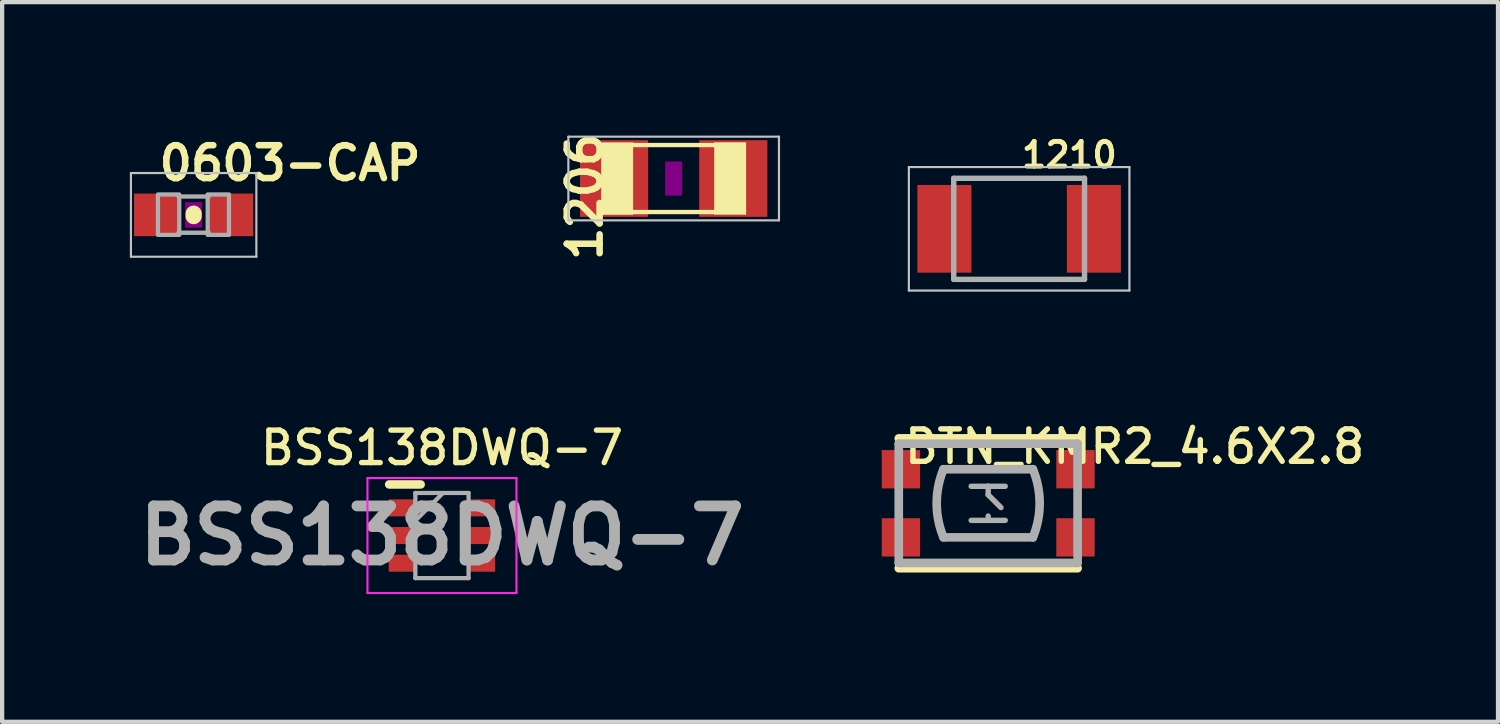
<source format=kicad_pcb>
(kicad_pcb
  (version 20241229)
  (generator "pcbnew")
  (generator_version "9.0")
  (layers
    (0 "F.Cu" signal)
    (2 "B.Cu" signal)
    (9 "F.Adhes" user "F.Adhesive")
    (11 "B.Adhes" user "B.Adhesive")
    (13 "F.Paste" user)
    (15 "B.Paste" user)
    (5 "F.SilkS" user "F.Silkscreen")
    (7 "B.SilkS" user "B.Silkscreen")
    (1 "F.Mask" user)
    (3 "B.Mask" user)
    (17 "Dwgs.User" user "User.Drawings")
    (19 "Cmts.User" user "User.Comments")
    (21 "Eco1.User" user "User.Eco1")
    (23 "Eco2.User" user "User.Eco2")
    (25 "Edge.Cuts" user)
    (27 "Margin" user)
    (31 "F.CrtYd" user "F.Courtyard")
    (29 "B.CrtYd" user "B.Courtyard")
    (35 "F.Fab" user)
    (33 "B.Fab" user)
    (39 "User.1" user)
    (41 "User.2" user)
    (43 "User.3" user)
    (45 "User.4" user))
  (footprint "0603-CAP"
    (layer "F.Cu")
    (at 1.498 1.997)
    (property "Reference" "0603-CAP" (at -0.889 -0.762 180) (layer "F.SilkS") (effects (font (size 0.772 0.772) (thickness 0.154)) (justify left bottom)))
    (attr through_hole)
    (fp_line (start 0 -0.028) (end 0 0.028) (stroke (width 0.381) (type solid)) (layer "F.SilkS"))
    (fp_poly (pts (xy -0.2 0.3) (xy 0.2 0.3) (xy 0.2 -0.3) (xy -0.2 -0.3)) (stroke (width 0) (type solid)) (fill yes) (layer "F.Adhes"))
    (fp_line (start -1.473 -0.983) (end 1.473 -0.983) (stroke (width 0.051) (type solid)) (layer "Dwgs.User"))
    (fp_line (start -1.473 0.983) (end -1.473 -0.983) (stroke (width 0.051) (type solid)) (layer "Dwgs.User"))
    (fp_line (start 1.473 -0.983) (end 1.473 0.983) (stroke (width 0.051) (type solid)) (layer "Dwgs.User"))
    (fp_line (start 1.473 0.983) (end -1.473 0.983) (stroke (width 0.051) (type solid)) (layer "Dwgs.User"))
    (fp_line (start -0.356 -0.432) (end 0.356 -0.432) (stroke (width 0.102) (type solid)) (layer "F.Fab"))
    (fp_line (start -0.356 0.419) (end 0.356 0.419) (stroke (width 0.102) (type solid)) (layer "F.Fab"))
    (fp_poly (pts (xy -0.838 0.47) (xy -0.338 0.47) (xy -0.338 -0.48) (xy -0.838 -0.48)) (stroke (width 0.1) (type solid)) (fill no) (layer "F.Fab"))
    (fp_poly (pts (xy 0.33 0.47) (xy 0.83 0.47) (xy 0.83 -0.48) (xy 0.33 -0.48)) (stroke (width 0.1) (type solid)) (fill no) (layer "F.Fab"))
    (pad "1" smd rect (at -0.85 0) (size 1.1 1) (layers "F.Cu" "F.Mask" "F.Paste"))
    (pad "2" smd rect (at 0.85 0) (size 1.1 1) (layers "F.Cu" "F.Mask" "F.Paste")))
  (footprint "BTN_KMR2_4.6X2.8"
    (layer "F.Cu")
    (at 20.159 8.771)
    (property "Reference" "BTN_KMR2_4.6X2.8" (at -2.032 -1.778 180) (layer "F.SilkS") (effects (font (size 0.762 0.762) (thickness 0.127)) (justify left top)))
    (attr smd)
    (fp_line (start -2.1 -1.525) (end 2.1 -1.525) (stroke (width 0.203) (type solid)) (layer "F.SilkS"))
    (fp_line (start 2.1 1.525) (end -2.1 1.525) (stroke (width 0.203) (type solid)) (layer "F.SilkS"))
    (fp_line (start -2.1 -1.4) (end 2.1 -1.4) (stroke (width 0.203) (type solid)) (layer "F.Fab"))
    (fp_line (start -2.1 1.4) (end -2.1 -1.4) (stroke (width 0.203) (type solid)) (layer "F.Fab"))
    (fp_line (start -1.05 -0.8) (end 1.05 -0.8) (stroke (width 0.203) (type solid)) (layer "F.Fab"))
    (fp_line (start -0.4 -0.4) (end 0 -0.4) (stroke (width 0.127) (type solid)) (layer "F.Fab"))
    (fp_line (start -0.4 0.4) (end 0 0.4) (stroke (width 0.127) (type solid)) (layer "F.Fab"))
    (fp_line (start 0 -0.4) (end 0 -0.2) (stroke (width 0.127) (type solid)) (layer "F.Fab"))
    (fp_line (start 0 -0.4) (end 0.4 -0.4) (stroke (width 0.127) (type solid)) (layer "F.Fab"))
    (fp_line (start 0 -0.2) (end 0.3 0.1) (stroke (width 0.127) (type solid)) (layer "F.Fab"))
    (fp_line (start 0 0.4) (end 0 0.3) (stroke (width 0.127) (type solid)) (layer "F.Fab"))
    (fp_line (start 0 0.4) (end 0.4 0.4) (stroke (width 0.127) (type solid)) (layer "F.Fab"))
    (fp_line (start 1.05 0.8) (end -1.05 0.8) (stroke (width 0.203) (type solid)) (layer "F.Fab"))
    (fp_line (start 2.1 -1.4) (end 2.1 1.4) (stroke (width 0.203) (type solid)) (layer "F.Fab"))
    (fp_line (start 2.1 1.4) (end -2.1 1.4) (stroke (width 0.203) (type solid)) (layer "F.Fab"))
    (fp_arc (start -1.05 0.8) (mid -1.209128 0) (end -1.05 -0.799999) (stroke (width 0.2032) (type solid)) (layer "F.Fab"))
    (fp_arc (start 1.05 -0.8) (mid 1.209128 0) (end 1.05 0.799999) (stroke (width 0.2032) (type solid)) (layer "F.Fab"))
    (pad "A" smd rect (at 2.05 -0.8) (size 0.9 0.9) (layers "F.Cu" "F.Mask" "F.Paste"))
    (pad "A'" smd rect (at -2.05 -0.8) (size 0.9 0.9) (layers "F.Cu" "F.Mask" "F.Paste"))
    (pad "B" smd rect (at 2.05 0.8) (size 0.9 0.9) (layers "F.Cu" "F.Mask" "F.Paste"))
    (pad "B'" smd rect (at -2.05 0.8) (size 0.9 0.9) (layers "F.Cu" "F.Mask" "F.Paste")))
  (footprint "1210"
    (layer "F.Cu")
    (at 20.886 2.324)
    (property "Reference" "1210" (at 0 -1.397 0) (layer "F.SilkS") (effects (font (size 0.579 0.579) (thickness 0.116)) (justify left bottom)))
    (attr through_hole)
    (fp_line (start -2.59 -1.45) (end 2.59 -1.45) (stroke (width 0.051) (type solid)) (layer "Dwgs.User"))
    (fp_line (start -2.59 1.45) (end -2.59 -1.45) (stroke (width 0.051) (type solid)) (layer "Dwgs.User"))
    (fp_line (start 2.59 -1.45) (end 2.59 1.45) (stroke (width 0.051) (type solid)) (layer "Dwgs.User"))
    (fp_line (start 2.59 1.45) (end -2.59 1.45) (stroke (width 0.051) (type solid)) (layer "Dwgs.User"))
    (fp_line (start -1.536 -1.187) (end 1.536 -1.187) (stroke (width 0.127) (type solid)) (layer "F.Fab"))
    (fp_line (start -1.536 1.187) (end -1.536 -1.187) (stroke (width 0.127) (type solid)) (layer "F.Fab"))
    (fp_line (start 1.536 -1.187) (end 1.536 1.187) (stroke (width 0.127) (type solid)) (layer "F.Fab"))
    (fp_line (start 1.536 1.187) (end -1.536 1.187) (stroke (width 0.127) (type solid)) (layer "F.Fab"))
    (pad "1" smd rect (at -1.755 0) (size 1.27 2.06) (layers "F.Cu" "F.Mask" "F.Paste"))
    (pad "2" smd rect (at 1.755 0) (size 1.27 2.06) (layers "F.Cu" "F.Mask" "F.Paste")))
  (footprint "BSS138DWQ-7"
    (layer "F.Cu")
    (at 7.33 9.528)
    (property "Reference" "BSS138DWQ-7" (at 0 -2.06 0) (layer "F.SilkS") (effects (font (size 0.762 0.762) (thickness 0.127))))
    (attr smd)
    (fp_line (start -1.24 -1.2) (end -0.5 -1.2) (stroke (width 0.2) (type solid)) (layer "F.SilkS"))
    (fp_line (start -1.75 -1.35) (end 1.75 -1.35) (stroke (width 0.05) (type solid)) (layer "F.CrtYd"))
    (fp_line (start -1.75 1.35) (end -1.75 -1.35) (stroke (width 0.05) (type solid)) (layer "F.CrtYd"))
    (fp_line (start 1.75 -1.35) (end 1.75 1.35) (stroke (width 0.05) (type solid)) (layer "F.CrtYd"))
    (fp_line (start 1.75 1.35) (end -1.75 1.35) (stroke (width 0.05) (type solid)) (layer "F.CrtYd"))
    (fp_line (start -0.625 -1) (end 0.625 -1) (stroke (width 0.1) (type solid)) (layer "F.Fab"))
    (fp_line (start -0.625 -0.35) (end 0.025 -1) (stroke (width 0.1) (type solid)) (layer "F.Fab"))
    (fp_line (start -0.625 1) (end -0.625 -1) (stroke (width 0.1) (type solid)) (layer "F.Fab"))
    (fp_line (start 0.625 -1) (end 0.625 1) (stroke (width 0.1) (type solid)) (layer "F.Fab"))
    (fp_line (start 0.625 1) (end -0.625 1) (stroke (width 0.1) (type solid)) (layer "F.Fab"))
    (fp_text user "${REFERENCE}" (at 0 0 0) (layer "F.Fab") (effects (font (size 1.27 1.27) (thickness 0.254))))
    (pad "1" smd rect (at -0.95 -0.65 90) (size 0.4 0.6) (layers "F.Cu" "F.Mask" "F.Paste"))
    (pad "2" smd rect (at -0.95 0 90) (size 0.4 0.6) (layers "F.Cu" "F.Mask" "F.Paste"))
    (pad "3" smd rect (at -0.95 0.65 90) (size 0.4 0.6) (layers "F.Cu" "F.Mask" "F.Paste"))
    (pad "4" smd rect (at 0.95 0.65 90) (size 0.4 0.6) (layers "F.Cu" "F.Mask" "F.Paste"))
    (pad "5" smd rect (at 0.95 0 90) (size 0.4 0.6) (layers "F.Cu" "F.Mask" "F.Paste"))
    (pad "6" smd rect (at 0.95 -0.65 90) (size 0.4 0.6) (layers "F.Cu" "F.Mask" "F.Paste")))
  (footprint "1206"
    (layer "F.Cu")
    (at 12.772 1.143)
    (property "Reference" "1206" (at -2.54 -1.143 270) (layer "F.SilkS") (effects (font (size 0.772 0.772) (thickness 0.154)) (justify right top)))
    (attr through_hole)
    (fp_line (start -0.965 -0.787) (end 0.965 -0.787) (stroke (width 0.102) (type solid)) (layer "F.SilkS"))
    (fp_line (start -0.965 0.787) (end 0.965 0.787) (stroke (width 0.102) (type solid)) (layer "F.SilkS"))
    (fp_poly (pts (xy -1.702 0.851) (xy -0.952 0.851) (xy -0.952 -0.849) (xy -1.702 -0.849)) (stroke (width 0) (type solid)) (fill yes) (layer "F.SilkS"))
    (fp_poly (pts (xy 0.952 0.849) (xy 1.702 0.849) (xy 1.702 -0.851) (xy 0.952 -0.851)) (stroke (width 0) (type solid)) (fill yes) (layer "F.SilkS"))
    (fp_poly (pts (xy -0.2 0.4) (xy 0.2 0.4) (xy 0.2 -0.4) (xy -0.2 -0.4)) (stroke (width 0) (type solid)) (fill yes) (layer "F.Adhes"))
    (fp_line (start -2.473 -0.983) (end 2.473 -0.983) (stroke (width 0.051) (type solid)) (layer "Dwgs.User"))
    (fp_line (start -2.473 0.983) (end -2.473 -0.983) (stroke (width 0.051) (type solid)) (layer "Dwgs.User"))
    (fp_line (start 2.473 -0.983) (end 2.473 0.983) (stroke (width 0.051) (type solid)) (layer "Dwgs.User"))
    (fp_line (start 2.473 0.983) (end -2.473 0.983) (stroke (width 0.051) (type solid)) (layer "Dwgs.User"))
    (pad "1" smd rect (at -1.4 0) (size 1.6 1.8) (layers "F.Cu" "F.Mask" "F.Paste"))
    (pad "2" smd rect (at 1.4 0) (size 1.6 1.8) (layers "F.Cu" "F.Mask" "F.Paste")))
  (gr_rect
    (start -3 -3)
    (end 32.133 13.903)
    (stroke (width 0.1) (type default))
    (fill no)
    (layer "Edge.Cuts")))
</source>
